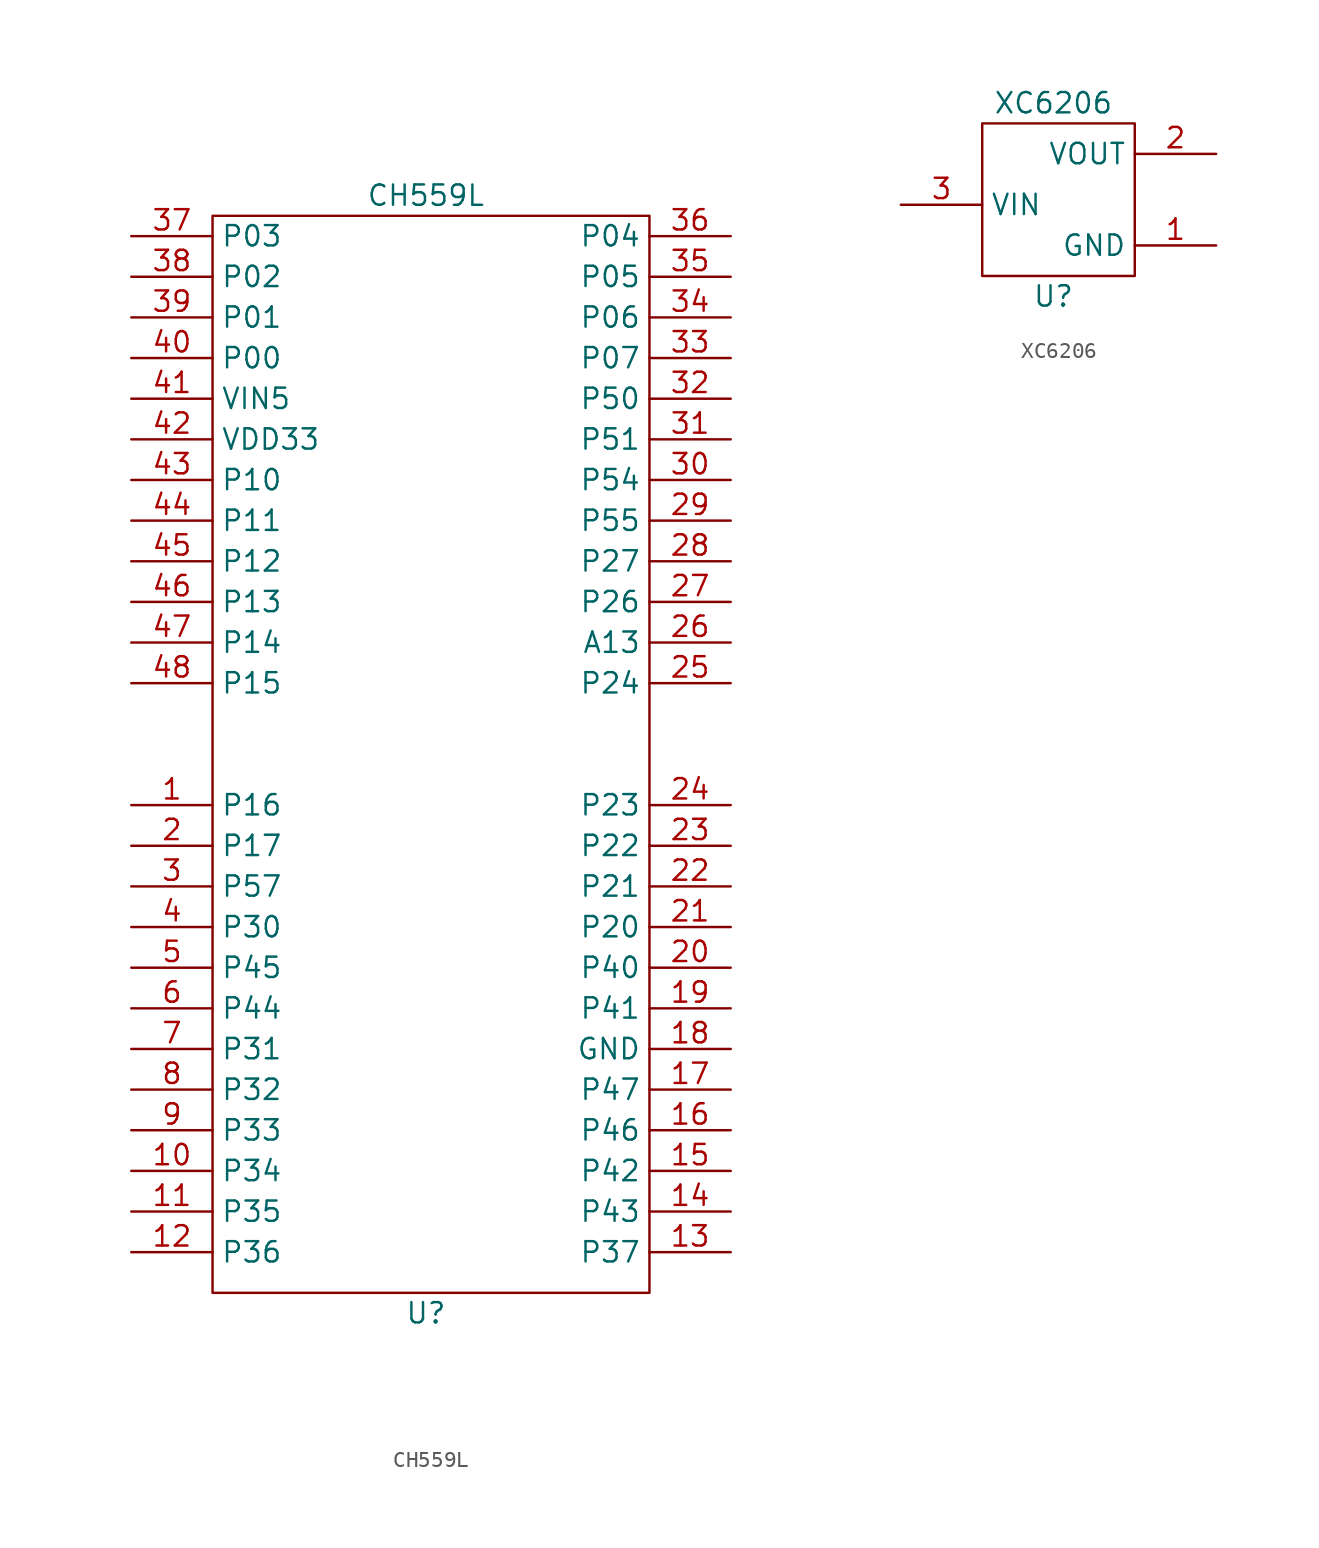
<source format=kicad_sym>
(kicad_symbol_lib
  (version 20201005)
  (generator kicad_symbol_editor)
  (symbol "Parts:CH559L"
    (property "Reference" "U"
      (at 0 1.27 0)
      (effects (font (size 1.27 1.27))))
    (property "Value" "CH559L"
      (at 0 71.12 0)
      (effects (font (size 1.27 1.27))))
    (symbol "CH559L_0_1"
      (rectangle (start -13.335 69.85) (end 13.97 2.54) (stroke (width 0.152)) (fill (type none))))
    (symbol "CH559L_1_1"
      (pin bidirectional line (at -18.415 33.02 0) (length 5.08) (name "P16" (effects (font (size 1.27 1.27)))) (number "1" (effects (font (size 1.27 1.27)))))
      (pin bidirectional line (at -18.415 10.16 0) (length 5.08) (name "P34" (effects (font (size 1.27 1.27)))) (number "10" (effects (font (size 1.27 1.27)))))
      (pin bidirectional line (at -18.415 7.62 0) (length 5.08) (name "P35" (effects (font (size 1.27 1.27)))) (number "11" (effects (font (size 1.27 1.27)))))
      (pin bidirectional line (at -18.415 5.08 0) (length 5.08) (name "P36" (effects (font (size 1.27 1.27)))) (number "12" (effects (font (size 1.27 1.27)))))
      (pin bidirectional line (at 19.05 5.08 180) (length 5.08) (name "P37" (effects (font (size 1.27 1.27)))) (number "13" (effects (font (size 1.27 1.27)))))
      (pin bidirectional line (at 19.05 7.62 180) (length 5.08) (name "P43" (effects (font (size 1.27 1.27)))) (number "14" (effects (font (size 1.27 1.27)))))
      (pin bidirectional line (at 19.05 10.16 180) (length 5.08) (name "P42" (effects (font (size 1.27 1.27)))) (number "15" (effects (font (size 1.27 1.27)))))
      (pin bidirectional line (at 19.05 12.7 180) (length 5.08) (name "P46" (effects (font (size 1.27 1.27)))) (number "16" (effects (font (size 1.27 1.27)))))
      (pin bidirectional line (at 19.05 15.24 180) (length 5.08) (name "P47" (effects (font (size 1.27 1.27)))) (number "17" (effects (font (size 1.27 1.27)))))
      (pin bidirectional line (at 19.05 17.78 180) (length 5.08) (name "GND" (effects (font (size 1.27 1.27)))) (number "18" (effects (font (size 1.27 1.27)))))
      (pin bidirectional line (at 19.05 20.32 180) (length 5.08) (name "P41" (effects (font (size 1.27 1.27)))) (number "19" (effects (font (size 1.27 1.27)))))
      (pin bidirectional line (at -18.415 30.48 0) (length 5.08) (name "P17" (effects (font (size 1.27 1.27)))) (number "2" (effects (font (size 1.27 1.27)))))
      (pin bidirectional line (at 19.05 22.86 180) (length 5.08) (name "P40" (effects (font (size 1.27 1.27)))) (number "20" (effects (font (size 1.27 1.27)))))
      (pin bidirectional line (at 19.05 25.4 180) (length 5.08) (name "P20" (effects (font (size 1.27 1.27)))) (number "21" (effects (font (size 1.27 1.27)))))
      (pin bidirectional line (at 19.05 27.94 180) (length 5.08) (name "P21" (effects (font (size 1.27 1.27)))) (number "22" (effects (font (size 1.27 1.27)))))
      (pin bidirectional line (at 19.05 30.48 180) (length 5.08) (name "P22" (effects (font (size 1.27 1.27)))) (number "23" (effects (font (size 1.27 1.27)))))
      (pin bidirectional line (at 19.05 33.02 180) (length 5.08) (name "P23" (effects (font (size 1.27 1.27)))) (number "24" (effects (font (size 1.27 1.27)))))
      (pin bidirectional line (at 19.05 40.64 180) (length 5.08) (name "P24" (effects (font (size 1.27 1.27)))) (number "25" (effects (font (size 1.27 1.27)))))
      (pin bidirectional line (at 19.05 43.18 180) (length 5.08) (name "A13" (effects (font (size 1.27 1.27)))) (number "26" (effects (font (size 1.27 1.27)))))
      (pin bidirectional line (at 19.05 45.72 180) (length 5.08) (name "P26" (effects (font (size 1.27 1.27)))) (number "27" (effects (font (size 1.27 1.27)))))
      (pin bidirectional line (at 19.05 48.26 180) (length 5.08) (name "P27" (effects (font (size 1.27 1.27)))) (number "28" (effects (font (size 1.27 1.27)))))
      (pin bidirectional line (at 19.05 50.8 180) (length 5.08) (name "P55" (effects (font (size 1.27 1.27)))) (number "29" (effects (font (size 1.27 1.27)))))
      (pin bidirectional line (at -18.415 27.94 0) (length 5.08) (name "P57" (effects (font (size 1.27 1.27)))) (number "3" (effects (font (size 1.27 1.27)))))
      (pin bidirectional line (at 19.05 53.34 180) (length 5.08) (name "P54" (effects (font (size 1.27 1.27)))) (number "30" (effects (font (size 1.27 1.27)))))
      (pin bidirectional line (at 19.05 55.88 180) (length 5.08) (name "P51" (effects (font (size 1.27 1.27)))) (number "31" (effects (font (size 1.27 1.27)))))
      (pin bidirectional line (at 19.05 58.42 180) (length 5.08) (name "P50" (effects (font (size 1.27 1.27)))) (number "32" (effects (font (size 1.27 1.27)))))
      (pin bidirectional line (at 19.05 60.96 180) (length 5.08) (name "P07" (effects (font (size 1.27 1.27)))) (number "33" (effects (font (size 1.27 1.27)))))
      (pin bidirectional line (at 19.05 63.5 180) (length 5.08) (name "P06" (effects (font (size 1.27 1.27)))) (number "34" (effects (font (size 1.27 1.27)))))
      (pin bidirectional line (at 19.05 66.04 180) (length 5.08) (name "P05" (effects (font (size 1.27 1.27)))) (number "35" (effects (font (size 1.27 1.27)))))
      (pin bidirectional line (at 19.05 68.58 180) (length 5.08) (name "P04" (effects (font (size 1.27 1.27)))) (number "36" (effects (font (size 1.27 1.27)))))
      (pin bidirectional line (at -18.415 68.58 0) (length 5.08) (name "P03" (effects (font (size 1.27 1.27)))) (number "37" (effects (font (size 1.27 1.27)))))
      (pin bidirectional line (at -18.415 66.04 0) (length 5.08) (name "P02" (effects (font (size 1.27 1.27)))) (number "38" (effects (font (size 1.27 1.27)))))
      (pin bidirectional line (at -18.415 63.5 0) (length 5.08) (name "P01" (effects (font (size 1.27 1.27)))) (number "39" (effects (font (size 1.27 1.27)))))
      (pin bidirectional line (at -18.415 25.4 0) (length 5.08) (name "P30" (effects (font (size 1.27 1.27)))) (number "4" (effects (font (size 1.27 1.27)))))
      (pin bidirectional line (at -18.415 60.96 0) (length 5.08) (name "P00" (effects (font (size 1.27 1.27)))) (number "40" (effects (font (size 1.27 1.27)))))
      (pin bidirectional line (at -18.415 58.42 0) (length 5.08) (name "VIN5" (effects (font (size 1.27 1.27)))) (number "41" (effects (font (size 1.27 1.27)))))
      (pin bidirectional line (at -18.415 55.88 0) (length 5.08) (name "VDD33" (effects (font (size 1.27 1.27)))) (number "42" (effects (font (size 1.27 1.27)))))
      (pin bidirectional line (at -18.415 53.34 0) (length 5.08) (name "P10" (effects (font (size 1.27 1.27)))) (number "43" (effects (font (size 1.27 1.27)))))
      (pin bidirectional line (at -18.415 50.8 0) (length 5.08) (name "P11" (effects (font (size 1.27 1.27)))) (number "44" (effects (font (size 1.27 1.27)))))
      (pin bidirectional line (at -18.415 48.26 0) (length 5.08) (name "P12" (effects (font (size 1.27 1.27)))) (number "45" (effects (font (size 1.27 1.27)))))
      (pin bidirectional line (at -18.415 45.72 0) (length 5.08) (name "P13" (effects (font (size 1.27 1.27)))) (number "46" (effects (font (size 1.27 1.27)))))
      (pin bidirectional line (at -18.415 43.18 0) (length 5.08) (name "P14" (effects (font (size 1.27 1.27)))) (number "47" (effects (font (size 1.27 1.27)))))
      (pin bidirectional line (at -18.415 40.64 0) (length 5.08) (name "P15" (effects (font (size 1.27 1.27)))) (number "48" (effects (font (size 1.27 1.27)))))
      (pin bidirectional line (at -18.415 22.86 0) (length 5.08) (name "P45" (effects (font (size 1.27 1.27)))) (number "5" (effects (font (size 1.27 1.27)))))
      (pin bidirectional line (at -18.415 20.32 0) (length 5.08) (name "P44" (effects (font (size 1.27 1.27)))) (number "6" (effects (font (size 1.27 1.27)))))
      (pin bidirectional line (at -18.415 17.78 0) (length 5.08) (name "P31" (effects (font (size 1.27 1.27)))) (number "7" (effects (font (size 1.27 1.27)))))
      (pin bidirectional line (at -18.415 15.24 0) (length 5.08) (name "P32" (effects (font (size 1.27 1.27)))) (number "8" (effects (font (size 1.27 1.27)))))
      (pin bidirectional line (at -18.415 12.7 0) (length 5.08) (name "P33" (effects (font (size 1.27 1.27)))) (number "9" (effects (font (size 1.27 1.27)))))))
  (symbol "Parts:XC6206"
    (property "Reference" "U"
      (at 0 -0.635 0)
      (effects (font (size 1.27 1.27))))
    (property "Value" "XC6206"
      (at 0 11.43 0)
      (effects (font (size 1.27 1.27))))
    (symbol "XC6206_0_1"
      (rectangle (start 5.08 0.635) (end -4.445 10.16) (stroke (width 0.152)) (fill (type none))))
    (symbol "XC6206_1_1"
      (pin power_in line (at 10.16 2.54 180) (length 5.08) (name "GND" (effects (font (size 1.27 1.27)))) (number "1" (effects (font (size 1.27 1.27)))))
      (pin power_out line (at 10.16 8.255 180) (length 5.08) (name "VOUT" (effects (font (size 1.27 1.27)))) (number "2" (effects (font (size 1.27 1.27)))))
      (pin power_in line (at -9.525 5.08 0) (length 5.08) (name "VIN" (effects (font (size 1.27 1.27)))) (number "3" (effects (font (size 1.27 1.27))))))))
</source>
